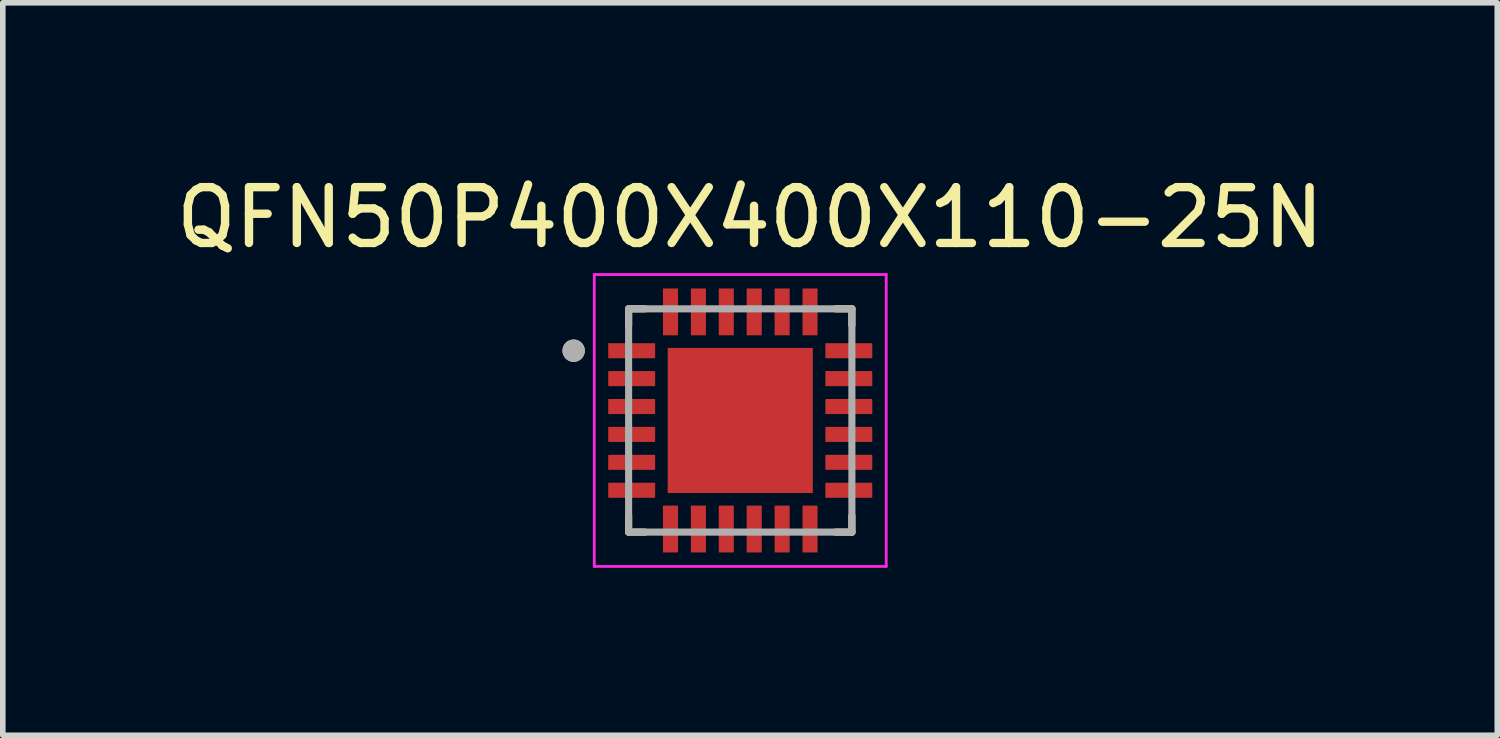
<source format=kicad_pcb>
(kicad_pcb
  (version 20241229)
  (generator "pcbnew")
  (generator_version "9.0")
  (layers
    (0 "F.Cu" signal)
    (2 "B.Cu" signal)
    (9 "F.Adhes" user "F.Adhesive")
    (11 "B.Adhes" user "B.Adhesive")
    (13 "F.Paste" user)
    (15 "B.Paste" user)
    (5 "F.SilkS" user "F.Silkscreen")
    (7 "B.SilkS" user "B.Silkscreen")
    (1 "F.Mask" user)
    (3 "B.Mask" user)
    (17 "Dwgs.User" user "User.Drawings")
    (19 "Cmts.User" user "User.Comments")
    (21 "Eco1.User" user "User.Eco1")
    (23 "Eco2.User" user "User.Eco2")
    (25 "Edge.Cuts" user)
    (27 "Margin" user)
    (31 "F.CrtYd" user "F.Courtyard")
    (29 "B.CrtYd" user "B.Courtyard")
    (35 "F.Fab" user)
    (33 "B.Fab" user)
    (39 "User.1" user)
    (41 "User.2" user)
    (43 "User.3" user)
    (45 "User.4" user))
  (footprint "QFN50P400X400X110-25N"
    (layer "F.Cu")
    (at 10.212 4.483)
    (property "Reference" "QFN50P400X400X110-25N" (at 0.175 -3.635 0) (layer "F.SilkS") (effects (font (size 1 1) (thickness 0.15))))
    (attr smd)
    (fp_line (start -2 -2) (end -2 -1.705) (stroke (width 0.127) (type solid)) (layer "F.SilkS"))
    (fp_line (start -2 -2) (end -1.705 -2) (stroke (width 0.127) (type solid)) (layer "F.SilkS"))
    (fp_line (start -2 2) (end -2 1.705) (stroke (width 0.127) (type solid)) (layer "F.SilkS"))
    (fp_line (start -2 2) (end -1.705 2) (stroke (width 0.127) (type solid)) (layer "F.SilkS"))
    (fp_line (start 2 -2) (end 1.705 -2) (stroke (width 0.127) (type solid)) (layer "F.SilkS"))
    (fp_line (start 2 -2) (end 2 -1.705) (stroke (width 0.127) (type solid)) (layer "F.SilkS"))
    (fp_line (start 2 2) (end 1.705 2) (stroke (width 0.127) (type solid)) (layer "F.SilkS"))
    (fp_line (start 2 2) (end 2 1.705) (stroke (width 0.127) (type solid)) (layer "F.SilkS"))
    (fp_circle (center -2.985 -1.25) (end -2.885 -1.25) (stroke (width 0.2) (type solid)) (fill no) (layer "F.SilkS"))
    (fp_poly (pts (xy -0.82 -0.82) (xy 0.82 -0.82) (xy 0.82 0.82) (xy -0.82 0.82)) (stroke (width 0.01) (type solid)) (fill yes) (layer "F.Paste"))
    (fp_line (start -2.615 -2.615) (end 2.615 -2.615) (stroke (width 0.05) (type solid)) (layer "F.CrtYd"))
    (fp_line (start -2.615 2.615) (end -2.615 -2.615) (stroke (width 0.05) (type solid)) (layer "F.CrtYd"))
    (fp_line (start -2.615 2.615) (end 2.615 2.615) (stroke (width 0.05) (type solid)) (layer "F.CrtYd"))
    (fp_line (start 2.615 2.615) (end 2.615 -2.615) (stroke (width 0.05) (type solid)) (layer "F.CrtYd"))
    (fp_line (start -2 2) (end -2 -2) (stroke (width 0.127) (type solid)) (layer "F.Fab"))
    (fp_line (start 2 -2) (end -2 -2) (stroke (width 0.127) (type solid)) (layer "F.Fab"))
    (fp_line (start 2 2) (end -2 2) (stroke (width 0.127) (type solid)) (layer "F.Fab"))
    (fp_line (start 2 2) (end 2 -2) (stroke (width 0.127) (type solid)) (layer "F.Fab"))
    (fp_circle (center -2.985 -1.25) (end -2.885 -1.25) (stroke (width 0.2) (type solid)) (fill no) (layer "F.Fab"))
    (pad "1" smd roundrect (at -1.945 -1.25) (size 0.84 0.27) (layers "F.Cu" "F.Mask" "F.Paste") (roundrect_rratio 0.03))
    (pad "2" smd roundrect (at -1.945 -0.75) (size 0.84 0.27) (layers "F.Cu" "F.Mask" "F.Paste") (roundrect_rratio 0.03))
    (pad "3" smd roundrect (at -1.945 -0.25) (size 0.84 0.27) (layers "F.Cu" "F.Mask" "F.Paste") (roundrect_rratio 0.03))
    (pad "4" smd roundrect (at -1.945 0.25) (size 0.84 0.27) (layers "F.Cu" "F.Mask" "F.Paste") (roundrect_rratio 0.03))
    (pad "5" smd roundrect (at -1.945 0.75) (size 0.84 0.27) (layers "F.Cu" "F.Mask" "F.Paste") (roundrect_rratio 0.03))
    (pad "6" smd roundrect (at -1.945 1.25) (size 0.84 0.27) (layers "F.Cu" "F.Mask" "F.Paste") (roundrect_rratio 0.03))
    (pad "7" smd roundrect (at -1.25 1.945 90) (size 0.84 0.27) (layers "F.Cu" "F.Mask" "F.Paste") (roundrect_rratio 0.03))
    (pad "8" smd roundrect (at -0.75 1.945 90) (size 0.84 0.27) (layers "F.Cu" "F.Mask" "F.Paste") (roundrect_rratio 0.03))
    (pad "9" smd roundrect (at -0.25 1.945 90) (size 0.84 0.27) (layers "F.Cu" "F.Mask" "F.Paste") (roundrect_rratio 0.03))
    (pad "10" smd roundrect (at 0.25 1.945 90) (size 0.84 0.27) (layers "F.Cu" "F.Mask" "F.Paste") (roundrect_rratio 0.03))
    (pad "11" smd roundrect (at 0.75 1.945 90) (size 0.84 0.27) (layers "F.Cu" "F.Mask" "F.Paste") (roundrect_rratio 0.03))
    (pad "12" smd roundrect (at 1.25 1.945 90) (size 0.84 0.27) (layers "F.Cu" "F.Mask" "F.Paste") (roundrect_rratio 0.03))
    (pad "13" smd roundrect (at 1.945 1.25) (size 0.84 0.27) (layers "F.Cu" "F.Mask" "F.Paste") (roundrect_rratio 0.03))
    (pad "14" smd roundrect (at 1.945 0.75) (size 0.84 0.27) (layers "F.Cu" "F.Mask" "F.Paste") (roundrect_rratio 0.03))
    (pad "15" smd roundrect (at 1.945 0.25) (size 0.84 0.27) (layers "F.Cu" "F.Mask" "F.Paste") (roundrect_rratio 0.03))
    (pad "16" smd roundrect (at 1.945 -0.25) (size 0.84 0.27) (layers "F.Cu" "F.Mask" "F.Paste") (roundrect_rratio 0.03))
    (pad "17" smd roundrect (at 1.945 -0.75) (size 0.84 0.27) (layers "F.Cu" "F.Mask" "F.Paste") (roundrect_rratio 0.03))
    (pad "18" smd roundrect (at 1.945 -1.25) (size 0.84 0.27) (layers "F.Cu" "F.Mask" "F.Paste") (roundrect_rratio 0.03))
    (pad "19" smd roundrect (at 1.25 -1.945 90) (size 0.84 0.27) (layers "F.Cu" "F.Mask" "F.Paste") (roundrect_rratio 0.03))
    (pad "20" smd roundrect (at 0.75 -1.945 90) (size 0.84 0.27) (layers "F.Cu" "F.Mask" "F.Paste") (roundrect_rratio 0.03))
    (pad "21" smd roundrect (at 0.25 -1.945 90) (size 0.84 0.27) (layers "F.Cu" "F.Mask" "F.Paste") (roundrect_rratio 0.03))
    (pad "22" smd roundrect (at -0.25 -1.945 90) (size 0.84 0.27) (layers "F.Cu" "F.Mask" "F.Paste") (roundrect_rratio 0.03))
    (pad "23" smd roundrect (at -0.75 -1.945 90) (size 0.84 0.27) (layers "F.Cu" "F.Mask" "F.Paste") (roundrect_rratio 0.03))
    (pad "24" smd roundrect (at -1.25 -1.945 90) (size 0.84 0.27) (layers "F.Cu" "F.Mask" "F.Paste") (roundrect_rratio 0.03))
    (pad "25" smd rect (at 0 0) (size 2.6 2.6) (layers "F.Cu" "F.Mask")))
  (gr_rect
    (start -3 -3)
    (end 23.774 10.123)
    (stroke (width 0.1) (type default))
    (fill no)
    (layer "Edge.Cuts")))
</source>
